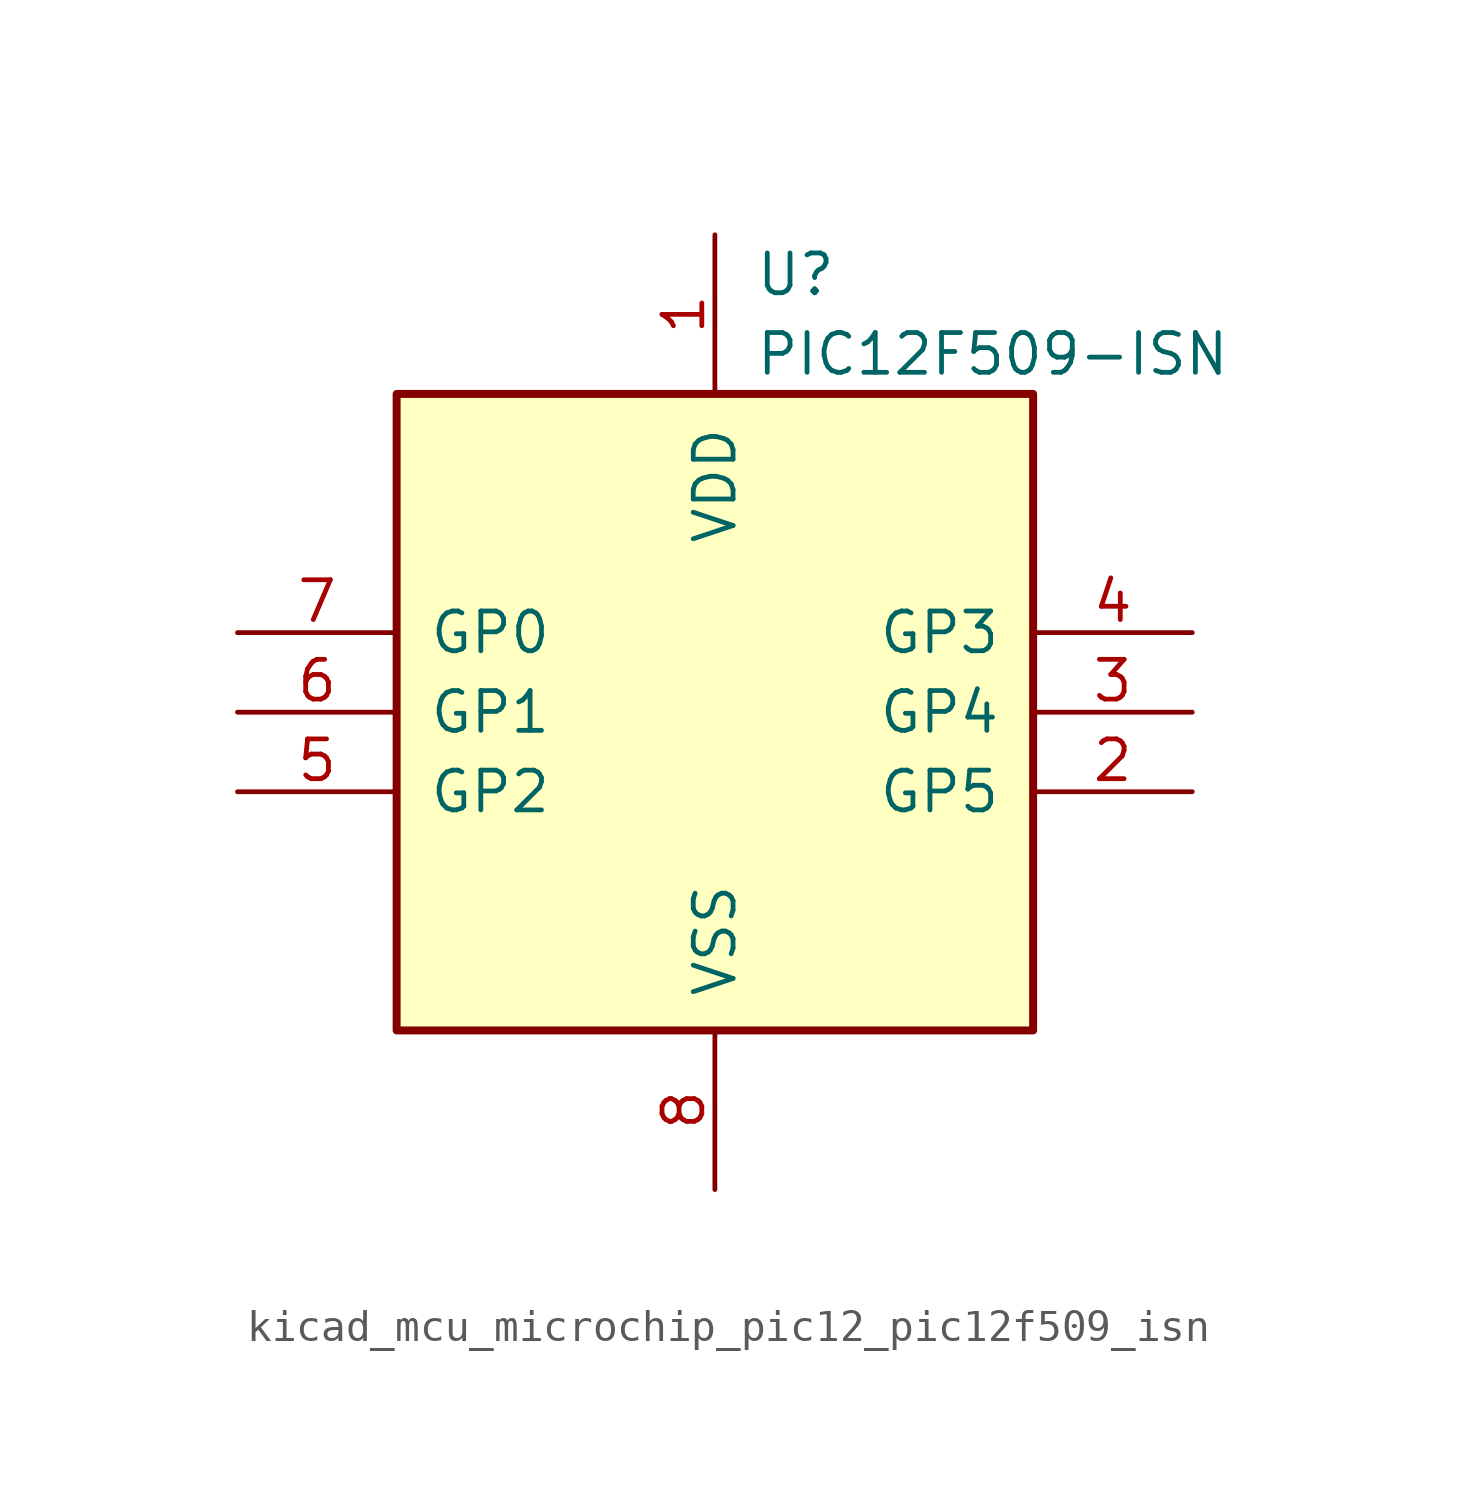
<source format=kicad_sym>
(kicad_symbol_lib
  (version 20220914)
  (generator kicad_symbol_editor)
  (symbol "kicad_mcu_microchip_pic12_pic12f509_isn"
    (pin_names
      (offset 1.016))
    (property "Reference" "U"
      (at 1.27 13.97 0)
      (effects (font (size 1.27 1.27)) (justify left)))
    (property "Value" "PIC12F509-ISN"
      (at 1.27 11.43 0)
      (effects (font (size 1.27 1.27)) (justify left)))
    (symbol "kicad_mcu_microchip_pic12_pic12f509_isn_0_1"
      (rectangle (start 10.16 -10.16) (end -10.16 10.16) (stroke (width 0.254) (type default)) (fill (type background))))
    (symbol "kicad_mcu_microchip_pic12_pic12f509_isn_1_1"
      (pin power_in line (at 0 15.24 270) (length 5.08) (name "VDD" (effects (font (size 1.27 1.27)))) (number "1" (effects (font (size 1.27 1.27)))))
      (pin bidirectional line (at 15.24 -2.54 180) (length 5.08) (name "GP5" (effects (font (size 1.27 1.27)))) (number "2" (effects (font (size 1.27 1.27)))))
      (pin bidirectional line (at 15.24 0 180) (length 5.08) (name "GP4" (effects (font (size 1.27 1.27)))) (number "3" (effects (font (size 1.27 1.27)))))
      (pin input line (at 15.24 2.54 180) (length 5.08) (name "GP3" (effects (font (size 1.27 1.27)))) (number "4" (effects (font (size 1.27 1.27)))))
      (pin bidirectional line (at -15.24 -2.54 0) (length 5.08) (name "GP2" (effects (font (size 1.27 1.27)))) (number "5" (effects (font (size 1.27 1.27)))))
      (pin bidirectional line (at -15.24 0 0) (length 5.08) (name "GP1" (effects (font (size 1.27 1.27)))) (number "6" (effects (font (size 1.27 1.27)))))
      (pin bidirectional line (at -15.24 2.54 0) (length 5.08) (name "GP0" (effects (font (size 1.27 1.27)))) (number "7" (effects (font (size 1.27 1.27)))))
      (pin power_in line (at 0 -15.24 90) (length 5.08) (name "VSS" (effects (font (size 1.27 1.27)))) (number "8" (effects (font (size 1.27 1.27))))))))
</source>
